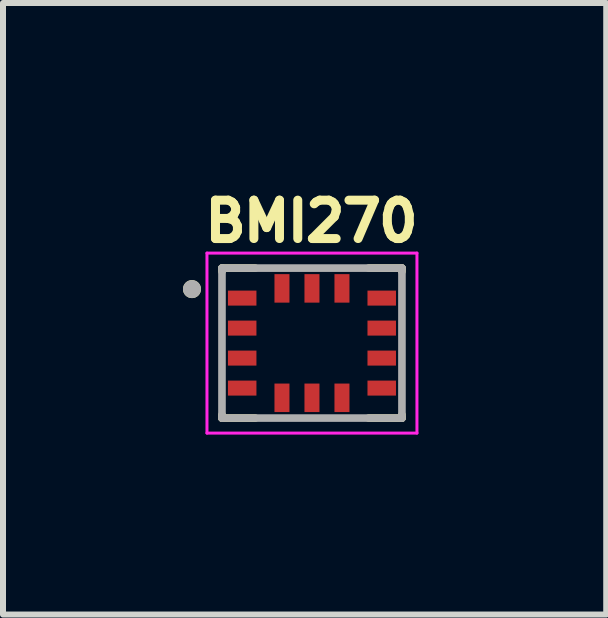
<source format=kicad_pcb>
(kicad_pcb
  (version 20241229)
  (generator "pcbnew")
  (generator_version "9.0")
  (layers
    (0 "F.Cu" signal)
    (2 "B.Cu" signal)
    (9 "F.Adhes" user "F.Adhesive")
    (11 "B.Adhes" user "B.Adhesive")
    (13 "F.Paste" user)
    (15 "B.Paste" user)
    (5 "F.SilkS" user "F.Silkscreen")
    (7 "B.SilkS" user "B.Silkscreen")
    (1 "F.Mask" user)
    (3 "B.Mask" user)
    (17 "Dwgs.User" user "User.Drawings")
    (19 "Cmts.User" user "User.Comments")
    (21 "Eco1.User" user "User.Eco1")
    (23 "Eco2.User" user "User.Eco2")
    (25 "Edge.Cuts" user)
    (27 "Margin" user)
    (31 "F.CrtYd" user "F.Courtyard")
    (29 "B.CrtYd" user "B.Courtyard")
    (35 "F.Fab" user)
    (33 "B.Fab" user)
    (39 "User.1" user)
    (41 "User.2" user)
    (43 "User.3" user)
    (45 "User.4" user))
  (footprint "BMI270"
    (layer "F.Cu")
    (at 2.15 2.669)
    (property "Reference" "BMI270" (at -0.008 -2.031 0) (layer "F.SilkS") (effects (font (size 0.64 0.64) (thickness 0.15))))
    (attr smd)
    (fp_line (start -1.5 -1.25) (end -1.5 -1.195) (stroke (width 0.127) (type solid)) (layer "F.SilkS"))
    (fp_line (start -1.5 -1.25) (end -0.945 -1.25) (stroke (width 0.127) (type solid)) (layer "F.SilkS"))
    (fp_line (start -1.5 1.195) (end -1.5 1.25) (stroke (width 0.127) (type solid)) (layer "F.SilkS"))
    (fp_line (start -1.5 1.25) (end -0.945 1.25) (stroke (width 0.127) (type solid)) (layer "F.SilkS"))
    (fp_line (start 0.945 -1.25) (end 1.5 -1.25) (stroke (width 0.127) (type solid)) (layer "F.SilkS"))
    (fp_line (start 0.945 1.25) (end 1.5 1.25) (stroke (width 0.127) (type solid)) (layer "F.SilkS"))
    (fp_line (start 1.5 -1.25) (end 1.5 -1.195) (stroke (width 0.127) (type solid)) (layer "F.SilkS"))
    (fp_line (start 1.5 1.195) (end 1.5 1.25) (stroke (width 0.127) (type solid)) (layer "F.SilkS"))
    (fp_circle (center -2 -0.9) (end -1.925 -0.9) (stroke (width 0.15) (type solid)) (fill no) (layer "F.SilkS"))
    (fp_line (start -1.75 -1.5) (end 1.75 -1.5) (stroke (width 0.05) (type solid)) (layer "F.CrtYd"))
    (fp_line (start -1.75 1.5) (end -1.75 -1.5) (stroke (width 0.05) (type solid)) (layer "F.CrtYd"))
    (fp_line (start 1.75 -1.5) (end 1.75 1.5) (stroke (width 0.05) (type solid)) (layer "F.CrtYd"))
    (fp_line (start 1.75 1.5) (end -1.75 1.5) (stroke (width 0.05) (type solid)) (layer "F.CrtYd"))
    (fp_line (start -1.5 -1.25) (end -1.5 1.25) (stroke (width 0.127) (type solid)) (layer "F.Fab"))
    (fp_line (start -1.5 1.25) (end 1.5 1.25) (stroke (width 0.127) (type solid)) (layer "F.Fab"))
    (fp_line (start 1.5 -1.25) (end -1.5 -1.25) (stroke (width 0.127) (type solid)) (layer "F.Fab"))
    (fp_line (start 1.5 1.25) (end 1.5 -1.25) (stroke (width 0.127) (type solid)) (layer "F.Fab"))
    (fp_circle (center -2 -0.9) (end -1.925 -0.9) (stroke (width 0.15) (type solid)) (fill no) (layer "F.Fab"))
    (pad "1" smd rect (at -1.163 -0.75) (size 0.475 0.25) (layers "F.Cu" "F.Mask" "F.Paste"))
    (pad "2" smd rect (at -1.163 -0.25) (size 0.475 0.25) (layers "F.Cu" "F.Mask" "F.Paste"))
    (pad "3" smd rect (at -1.163 0.25) (size 0.475 0.25) (layers "F.Cu" "F.Mask" "F.Paste"))
    (pad "4" smd rect (at -1.163 0.75) (size 0.475 0.25) (layers "F.Cu" "F.Mask" "F.Paste"))
    (pad "5" smd rect (at -0.5 0.912) (size 0.25 0.475) (layers "F.Cu" "F.Mask" "F.Paste"))
    (pad "6" smd rect (at 0 0.912) (size 0.25 0.475) (layers "F.Cu" "F.Mask" "F.Paste"))
    (pad "7" smd rect (at 0.5 0.912) (size 0.25 0.475) (layers "F.Cu" "F.Mask" "F.Paste"))
    (pad "8" smd rect (at 1.163 0.75) (size 0.475 0.25) (layers "F.Cu" "F.Mask" "F.Paste"))
    (pad "9" smd rect (at 1.163 0.25) (size 0.475 0.25) (layers "F.Cu" "F.Mask" "F.Paste"))
    (pad "10" smd rect (at 1.163 -0.25) (size 0.475 0.25) (layers "F.Cu" "F.Mask" "F.Paste"))
    (pad "11" smd rect (at 1.163 -0.75) (size 0.475 0.25) (layers "F.Cu" "F.Mask" "F.Paste"))
    (pad "12" smd rect (at 0.5 -0.912) (size 0.25 0.475) (layers "F.Cu" "F.Mask" "F.Paste"))
    (pad "13" smd rect (at 0 -0.912) (size 0.25 0.475) (layers "F.Cu" "F.Mask" "F.Paste"))
    (pad "14" smd rect (at -0.5 -0.912) (size 0.25 0.475) (layers "F.Cu" "F.Mask" "F.Paste")))
  (gr_rect
    (start -3 -3)
    (end 7.055 7.194)
    (stroke (width 0.1) (type default))
    (fill no)
    (layer "Edge.Cuts")))
</source>
